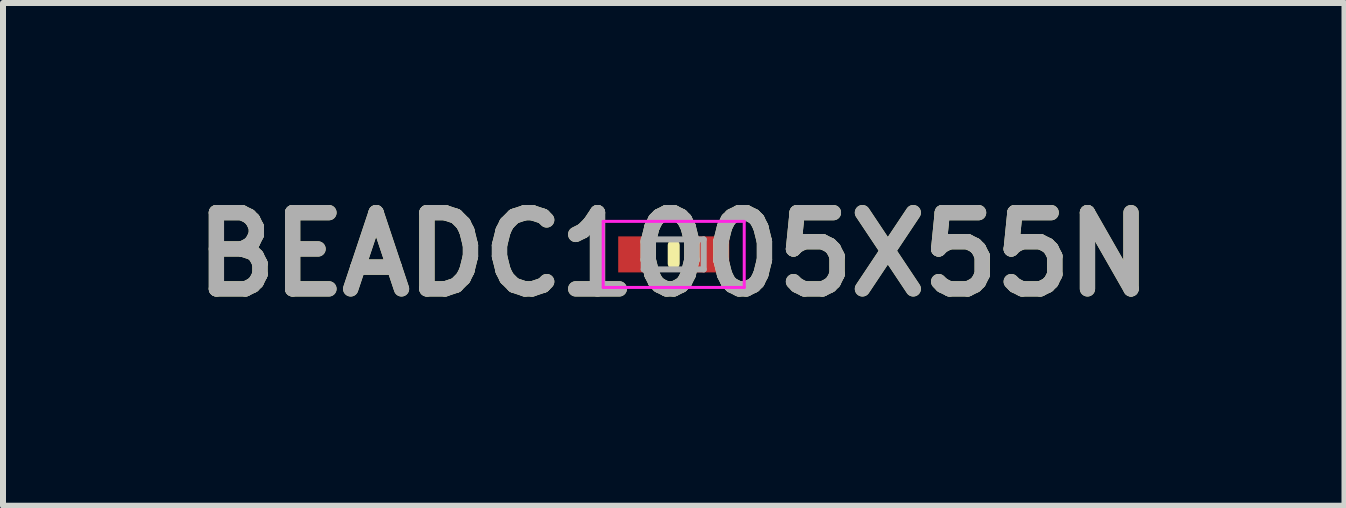
<source format=kicad_pcb>
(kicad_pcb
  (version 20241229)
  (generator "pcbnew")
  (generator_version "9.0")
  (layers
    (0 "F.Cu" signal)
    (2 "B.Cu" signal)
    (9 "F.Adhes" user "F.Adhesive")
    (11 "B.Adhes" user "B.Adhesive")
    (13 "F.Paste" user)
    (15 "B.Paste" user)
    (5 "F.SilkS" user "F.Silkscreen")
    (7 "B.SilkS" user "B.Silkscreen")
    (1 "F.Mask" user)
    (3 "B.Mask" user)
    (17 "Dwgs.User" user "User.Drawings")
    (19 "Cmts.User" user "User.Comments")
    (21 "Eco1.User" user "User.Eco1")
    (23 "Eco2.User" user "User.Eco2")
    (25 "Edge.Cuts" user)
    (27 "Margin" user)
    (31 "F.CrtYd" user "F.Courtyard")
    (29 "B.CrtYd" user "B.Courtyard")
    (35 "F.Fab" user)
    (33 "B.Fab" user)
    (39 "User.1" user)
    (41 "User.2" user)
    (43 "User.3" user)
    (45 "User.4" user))
  (footprint "BEADC1005X55N"
    (layer "F.Cu")
    (at 8.176 1.189)
    (property "Reference" "BEADC1005X55N" (at 0 0 0) (layer "F.SilkS") (effects (font (size 1.27 1.27) (thickness 0.254))))
    (attr smd)
    (fp_line (start 0 -0.15) (end 0 0.15) (stroke (width 0.2) (type solid)) (layer "F.SilkS"))
    (fp_line (start -1.175 -0.55) (end 1.175 -0.55) (stroke (width 0.05) (type solid)) (layer "F.CrtYd"))
    (fp_line (start -1.175 0.55) (end -1.175 -0.55) (stroke (width 0.05) (type solid)) (layer "F.CrtYd"))
    (fp_line (start 1.175 -0.55) (end 1.175 0.55) (stroke (width 0.05) (type solid)) (layer "F.CrtYd"))
    (fp_line (start 1.175 0.55) (end -1.175 0.55) (stroke (width 0.05) (type solid)) (layer "F.CrtYd"))
    (fp_line (start -0.5 -0.25) (end 0.5 -0.25) (stroke (width 0.1) (type solid)) (layer "F.Fab"))
    (fp_line (start -0.5 0.25) (end -0.5 -0.25) (stroke (width 0.1) (type solid)) (layer "F.Fab"))
    (fp_line (start 0.5 -0.25) (end 0.5 0.25) (stroke (width 0.1) (type solid)) (layer "F.Fab"))
    (fp_line (start 0.5 0.25) (end -0.5 0.25) (stroke (width 0.1) (type solid)) (layer "F.Fab"))
    (fp_text user "${REFERENCE}" (at 0 0 0) (layer "F.Fab") (effects (font (size 1.27 1.27) (thickness 0.254))))
    (pad "1" smd rect (at -0.65 0) (size 0.55 0.6) (layers "F.Cu" "F.Mask" "F.Paste"))
    (pad "2" smd rect (at 0.65 0) (size 0.55 0.6) (layers "F.Cu" "F.Mask" "F.Paste")))
  (gr_rect
    (start -3 -3)
    (end 19.353 5.377)
    (stroke (width 0.1) (type default))
    (fill no)
    (layer "Edge.Cuts")))
</source>
